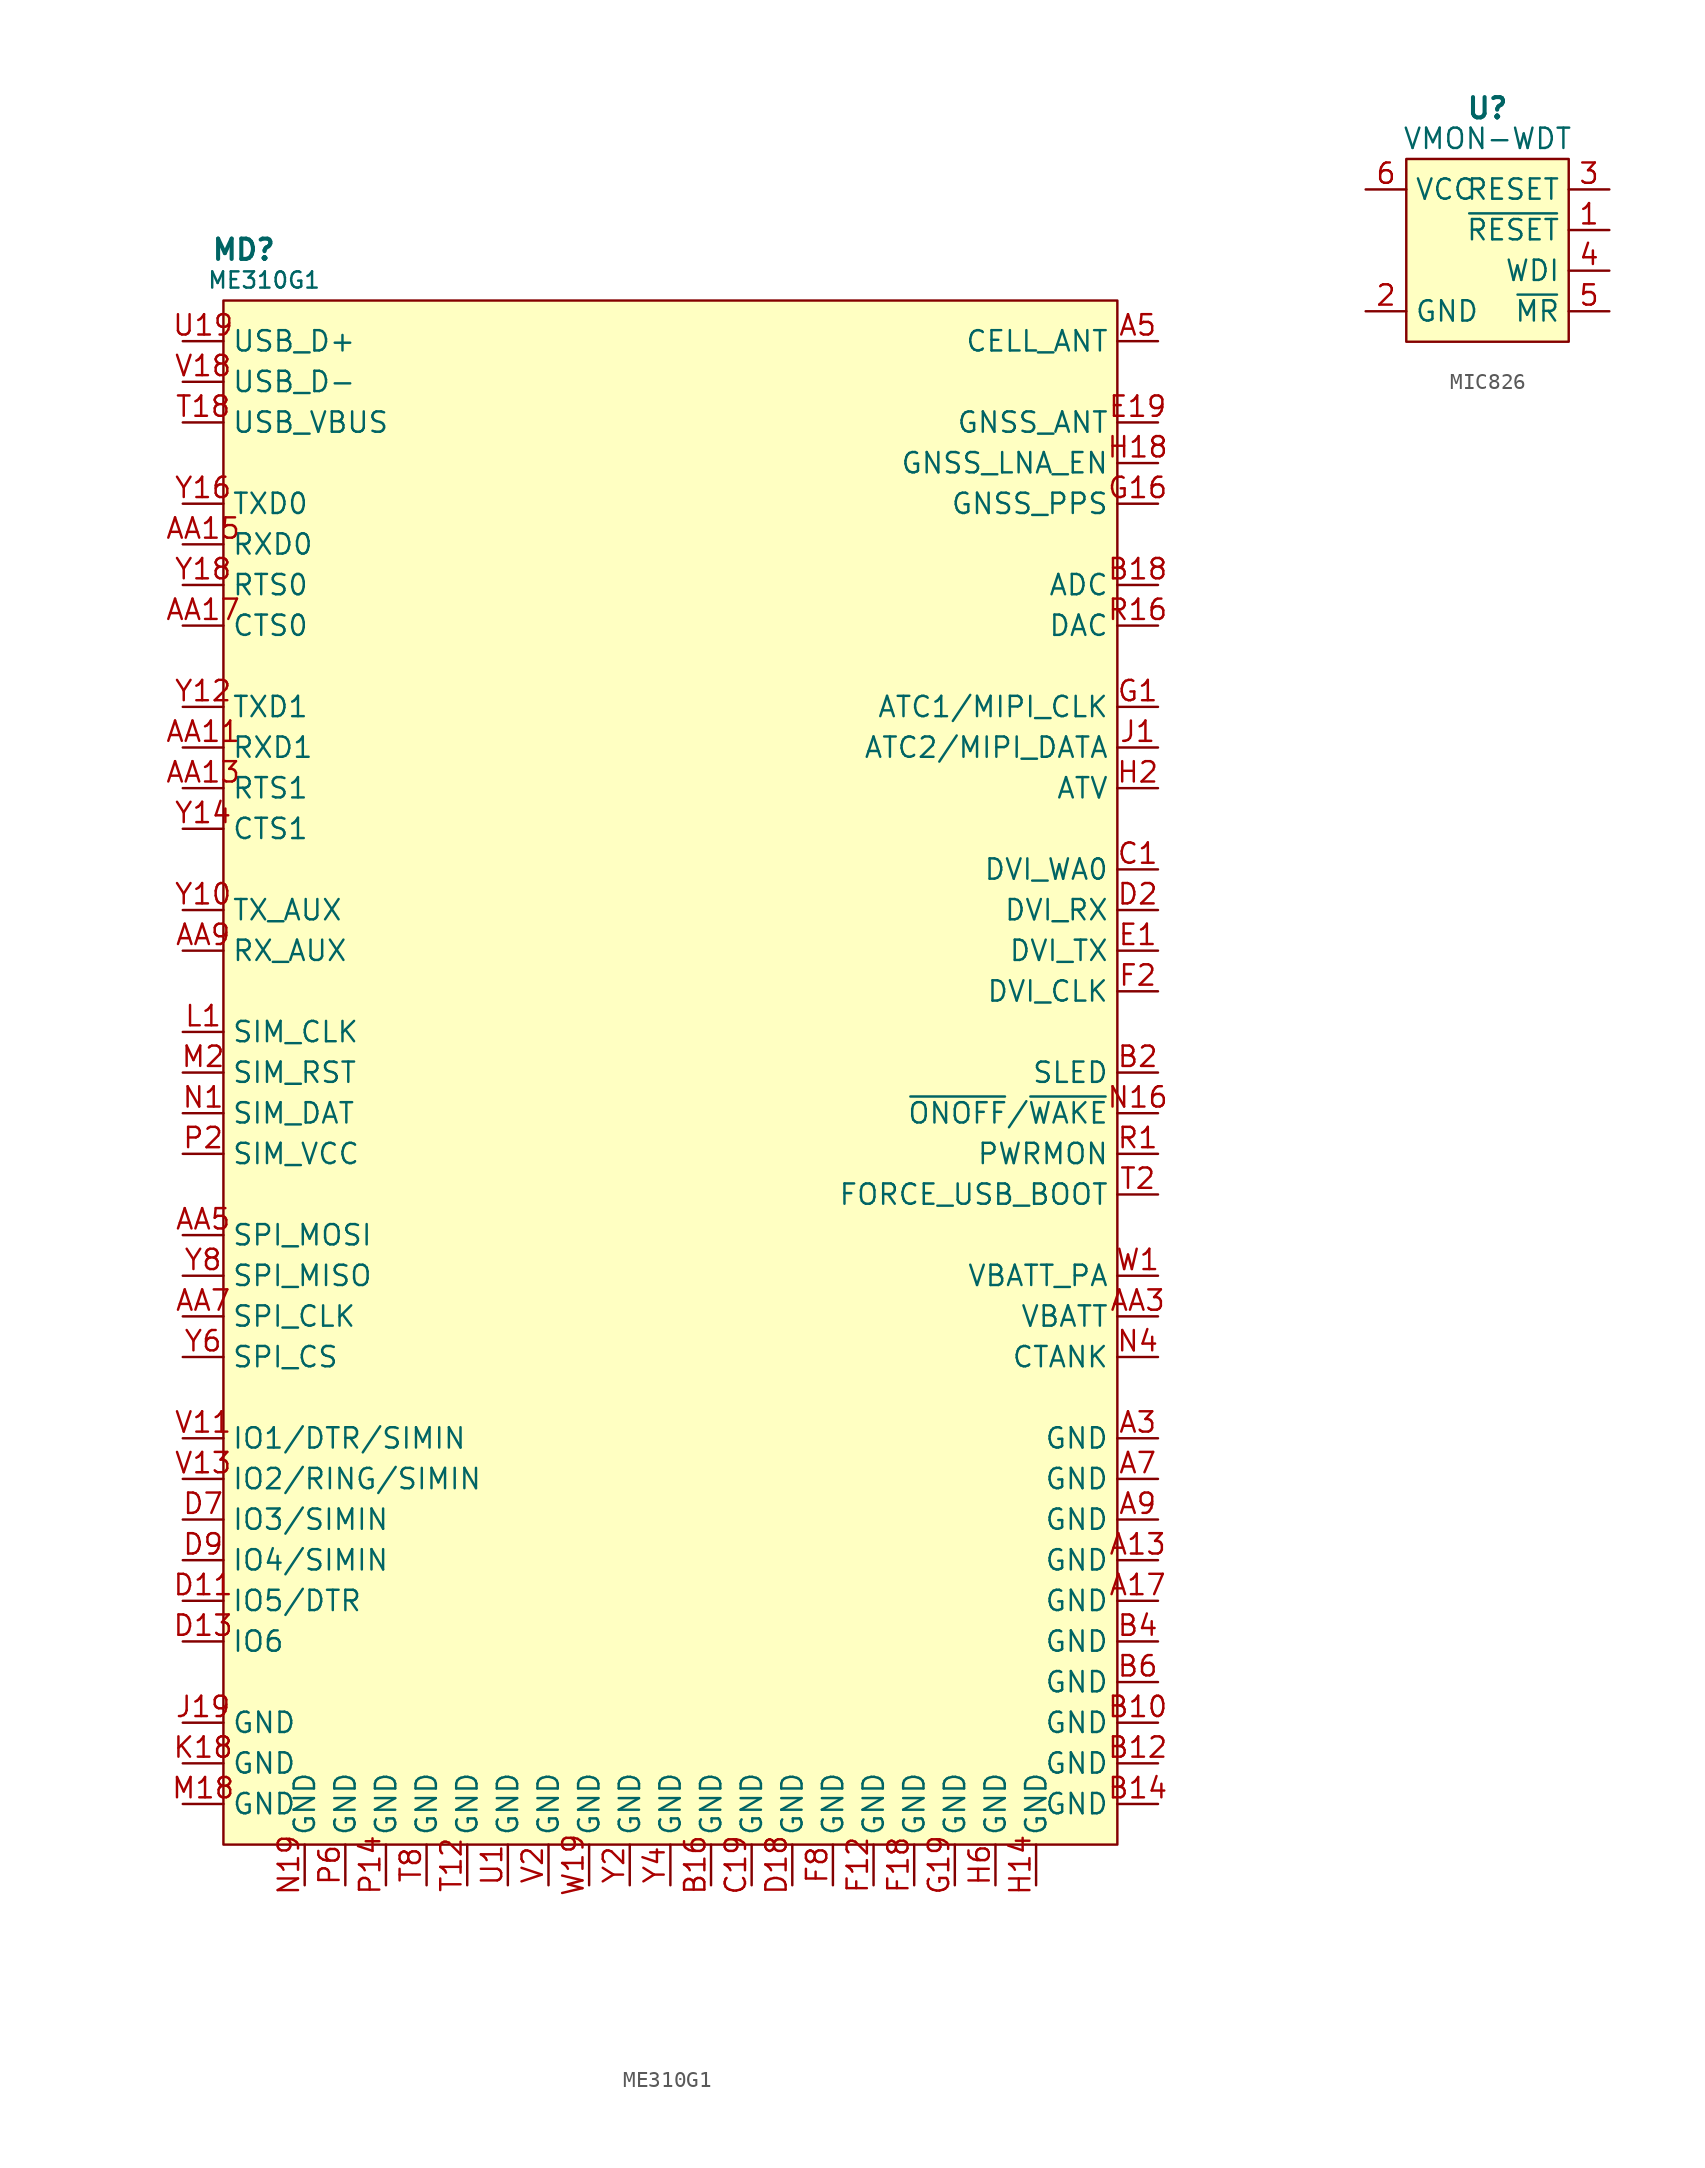
<source format=kicad_sym>
(kicad_symbol_lib
  (version 20231120)
  (generator "kicad_symbol_editor")
  (generator_version "8.0")
  (symbol "ME310G1"
    (property "Reference" "MD"
      (at 3.81 -0.635 0)
      (effects (font (size 1.27 1.27) (bold yes))))
    (property "Value" "ME310G1"
      (at 5.08 -2.54 0)
      (effects (font (size 1.016 1.016))))
    (symbol "ME310G1_1_1"
      (rectangle (start 2.54 -3.81) (end 58.42 -100.33) (stroke (width 0) (type default)) (fill (type background)))
      (pin no_connect line (at 34.29 -1.27 270) (length 2.54) hide (name "RFU" (effects (font (size 1.27 1.27)))) (number "A11" (effects (font (size 1.27 1.27)))))
      (pin passive line (at 60.96 -82.55 180) (length 2.54) (name "GND" (effects (font (size 1.27 1.27)))) (number "A13" (effects (font (size 1.27 1.27)))))
      (pin no_connect line (at 8.89 -1.27 270) (length 2.54) hide (name "RFU" (effects (font (size 1.27 1.27)))) (number "A15" (effects (font (size 1.27 1.27)))))
      (pin passive line (at 60.96 -85.09 180) (length 2.54) (name "GND" (effects (font (size 1.27 1.27)))) (number "A17" (effects (font (size 1.27 1.27)))))
      (pin passive line (at 60.96 -74.93 180) (length 2.54) (name "GND" (effects (font (size 1.27 1.27)))) (number "A3" (effects (font (size 1.27 1.27)))))
      (pin passive line (at 60.96 -6.35 180) (length 2.54) (name "CELL_ANT" (effects (font (size 1.27 1.27)))) (number "A5" (effects (font (size 1.27 1.27)))))
      (pin passive line (at 60.96 -77.47 180) (length 2.54) (name "GND" (effects (font (size 1.27 1.27)))) (number "A7" (effects (font (size 1.27 1.27)))))
      (pin passive line (at 60.96 -80.01 180) (length 2.54) (name "GND" (effects (font (size 1.27 1.27)))) (number "A9" (effects (font (size 1.27 1.27)))))
      (pin output line (at 0 -31.75 0) (length 2.54) (name "RXD1" (effects (font (size 1.27 1.27)))) (number "AA11" (effects (font (size 1.27 1.27)))))
      (pin input line (at 0 -34.29 0) (length 2.54) (name "RTS1" (effects (font (size 1.27 1.27)))) (number "AA13" (effects (font (size 1.27 1.27)))))
      (pin output line (at 0 -19.05 0) (length 2.54) (name "RXD0" (effects (font (size 1.27 1.27)))) (number "AA15" (effects (font (size 1.27 1.27)))))
      (pin output line (at 0 -24.13 0) (length 2.54) (name "CTS0" (effects (font (size 1.27 1.27)))) (number "AA17" (effects (font (size 1.27 1.27)))))
      (pin power_in line (at 60.96 -67.31 180) (length 2.54) (name "VBATT" (effects (font (size 1.27 1.27)))) (number "AA3" (effects (font (size 1.27 1.27)))))
      (pin bidirectional line (at 0 -62.23 0) (length 2.54) (name "SPI_MOSI" (effects (font (size 1.27 1.27)))) (number "AA5" (effects (font (size 1.27 1.27)))))
      (pin bidirectional line (at 0 -67.31 0) (length 2.54) (name "SPI_CLK" (effects (font (size 1.27 1.27)))) (number "AA7" (effects (font (size 1.27 1.27)))))
      (pin input line (at 0 -44.45 0) (length 2.54) (name "RX_AUX" (effects (font (size 1.27 1.27)))) (number "AA9" (effects (font (size 1.27 1.27)))))
      (pin passive line (at 60.96 -92.71 180) (length 2.54) (name "GND" (effects (font (size 1.27 1.27)))) (number "B10" (effects (font (size 1.27 1.27)))))
      (pin passive line (at 60.96 -95.25 180) (length 2.54) (name "GND" (effects (font (size 1.27 1.27)))) (number "B12" (effects (font (size 1.27 1.27)))))
      (pin passive line (at 60.96 -97.79 180) (length 2.54) (name "GND" (effects (font (size 1.27 1.27)))) (number "B14" (effects (font (size 1.27 1.27)))))
      (pin passive line (at 33.02 -102.87 90) (length 2.54) (name "GND" (effects (font (size 1.27 1.27)))) (number "B16" (effects (font (size 1.27 1.27)))))
      (pin input line (at 60.96 -21.59 180) (length 2.54) (name "ADC" (effects (font (size 1.27 1.27)))) (number "B18" (effects (font (size 1.27 1.27)))))
      (pin output line (at 60.96 -52.07 180) (length 2.54) (name "SLED" (effects (font (size 1.27 1.27)))) (number "B2" (effects (font (size 1.27 1.27)))))
      (pin passive line (at 60.96 -87.63 180) (length 2.54) (name "GND" (effects (font (size 1.27 1.27)))) (number "B4" (effects (font (size 1.27 1.27)))))
      (pin passive line (at 60.96 -90.17 180) (length 2.54) (name "GND" (effects (font (size 1.27 1.27)))) (number "B6" (effects (font (size 1.27 1.27)))))
      (pin no_connect line (at 11.43 -1.27 270) (length 2.54) hide (name "RFU" (effects (font (size 1.27 1.27)))) (number "B8" (effects (font (size 1.27 1.27)))))
      (pin bidirectional line (at 60.96 -39.37 180) (length 2.54) (name "DVI_WA0" (effects (font (size 1.27 1.27)))) (number "C1" (effects (font (size 1.27 1.27)))))
      (pin passive line (at 35.56 -102.87 90) (length 2.54) (name "GND" (effects (font (size 1.27 1.27)))) (number "C19" (effects (font (size 1.27 1.27)))))
      (pin bidirectional line (at 0 -85.09 0) (length 2.54) (name "IO5/DTR" (effects (font (size 1.27 1.27)))) (number "D11" (effects (font (size 1.27 1.27)))))
      (pin bidirectional line (at 0 -87.63 0) (length 2.54) (name "IO6" (effects (font (size 1.27 1.27)))) (number "D13" (effects (font (size 1.27 1.27)))))
      (pin passive line (at 38.1 -102.87 90) (length 2.54) (name "GND" (effects (font (size 1.27 1.27)))) (number "D18" (effects (font (size 1.27 1.27)))))
      (pin output line (at 60.96 -41.91 180) (length 2.54) (name "DVI_RX" (effects (font (size 1.27 1.27)))) (number "D2" (effects (font (size 1.27 1.27)))))
      (pin bidirectional line (at 0 -80.01 0) (length 2.54) (name "IO3/SIMIN" (effects (font (size 1.27 1.27)))) (number "D7" (effects (font (size 1.27 1.27)))))
      (pin bidirectional line (at 0 -82.55 0) (length 2.54) (name "IO4/SIMIN" (effects (font (size 1.27 1.27)))) (number "D9" (effects (font (size 1.27 1.27)))))
      (pin input line (at 60.96 -44.45 180) (length 2.54) (name "DVI_TX" (effects (font (size 1.27 1.27)))) (number "E1" (effects (font (size 1.27 1.27)))))
      (pin passive line (at 60.96 -11.43 180) (length 2.54) (name "GNSS_ANT" (effects (font (size 1.27 1.27)))) (number "E19" (effects (font (size 1.27 1.27)))))
      (pin passive line (at 43.18 -102.87 90) (length 2.54) (name "GND" (effects (font (size 1.27 1.27)))) (number "F12" (effects (font (size 1.27 1.27)))))
      (pin passive line (at 45.72 -102.87 90) (length 2.54) (name "GND" (effects (font (size 1.27 1.27)))) (number "F18" (effects (font (size 1.27 1.27)))))
      (pin bidirectional line (at 60.96 -46.99 180) (length 2.54) (name "DVI_CLK" (effects (font (size 1.27 1.27)))) (number "F2" (effects (font (size 1.27 1.27)))))
      (pin passive line (at 40.64 -102.87 90) (length 2.54) (name "GND" (effects (font (size 1.27 1.27)))) (number "F8" (effects (font (size 1.27 1.27)))))
      (pin output line (at 60.96 -29.21 180) (length 2.54) (name "ATC1/MIPI_CLK" (effects (font (size 1.27 1.27)))) (number "G1" (effects (font (size 1.27 1.27)))))
      (pin no_connect line (at 52.07 -1.27 270) (length 2.54) hide (name "RFU" (effects (font (size 1.27 1.27)))) (number "G1" (effects (font (size 1.27 1.27)))))
      (pin output line (at 60.96 -16.51 180) (length 2.54) (name "GNSS_PPS" (effects (font (size 1.27 1.27)))) (number "G16" (effects (font (size 1.27 1.27)))))
      (pin passive line (at 48.26 -102.87 90) (length 2.54) (name "GND" (effects (font (size 1.27 1.27)))) (number "G19" (effects (font (size 1.27 1.27)))))
      (pin no_connect line (at 39.37 -1.27 270) (length 2.54) hide (name "RFU" (effects (font (size 1.27 1.27)))) (number "G4" (effects (font (size 1.27 1.27)))))
      (pin passive line (at 53.34 -102.87 90) (length 2.54) (name "GND" (effects (font (size 1.27 1.27)))) (number "H14" (effects (font (size 1.27 1.27)))))
      (pin output line (at 60.96 -13.97 180) (length 2.54) (name "GNSS_LNA_EN" (effects (font (size 1.27 1.27)))) (number "H18" (effects (font (size 1.27 1.27)))))
      (pin output line (at 60.96 -34.29 180) (length 2.54) (name "ATV" (effects (font (size 1.27 1.27)))) (number "H2" (effects (font (size 1.27 1.27)))))
      (pin no_connect line (at 49.53 -1.27 270) (length 2.54) hide (name "RFU" (effects (font (size 1.27 1.27)))) (number "H2" (effects (font (size 1.27 1.27)))))
      (pin passive line (at 50.8 -102.87 90) (length 2.54) (name "GND" (effects (font (size 1.27 1.27)))) (number "H6" (effects (font (size 1.27 1.27)))))
      (pin output line (at 60.96 -31.75 180) (length 2.54) (name "ATC2/MIPI_DATA" (effects (font (size 1.27 1.27)))) (number "J1" (effects (font (size 1.27 1.27)))))
      (pin no_connect line (at 46.99 -1.27 270) (length 2.54) hide (name "RFU" (effects (font (size 1.27 1.27)))) (number "J1" (effects (font (size 1.27 1.27)))))
      (pin no_connect line (at 16.51 -1.27 270) (length 2.54) hide (name "RFU" (effects (font (size 1.27 1.27)))) (number "J16" (effects (font (size 1.27 1.27)))))
      (pin passive line (at 0 -92.71 0) (length 2.54) (name "GND" (effects (font (size 1.27 1.27)))) (number "J19" (effects (font (size 1.27 1.27)))))
      (pin no_connect line (at 41.91 -1.27 270) (length 2.54) hide (name "RFU" (effects (font (size 1.27 1.27)))) (number "J4" (effects (font (size 1.27 1.27)))))
      (pin passive line (at 0 -95.25 0) (length 2.54) (name "GND" (effects (font (size 1.27 1.27)))) (number "K18" (effects (font (size 1.27 1.27)))))
      (pin no_connect line (at 44.45 -1.27 270) (length 2.54) hide (name "RFU" (effects (font (size 1.27 1.27)))) (number "K2" (effects (font (size 1.27 1.27)))))
      (pin output line (at 0 -49.53 0) (length 2.54) (name "SIM_CLK" (effects (font (size 1.27 1.27)))) (number "L1" (effects (font (size 1.27 1.27)))))
      (pin no_connect line (at 21.59 -1.27 270) (length 2.54) hide (name "RFU" (effects (font (size 1.27 1.27)))) (number "L16" (effects (font (size 1.27 1.27)))))
      (pin no_connect line (at 36.83 -1.27 270) (length 2.54) hide (name "RFU" (effects (font (size 1.27 1.27)))) (number "L19" (effects (font (size 1.27 1.27)))))
      (pin no_connect line (at 29.21 -1.27 270) (length 2.54) hide (name "RFU" (effects (font (size 1.27 1.27)))) (number "L4" (effects (font (size 1.27 1.27)))))
      (pin passive line (at 0 -97.79 0) (length 2.54) (name "GND" (effects (font (size 1.27 1.27)))) (number "M18" (effects (font (size 1.27 1.27)))))
      (pin output line (at 0 -52.07 0) (length 2.54) (name "SIM_RST" (effects (font (size 1.27 1.27)))) (number "M2" (effects (font (size 1.27 1.27)))))
      (pin bidirectional line (at 0 -54.61 0) (length 2.54) (name "SIM_DAT" (effects (font (size 1.27 1.27)))) (number "N1" (effects (font (size 1.27 1.27)))))
      (pin input line (at 60.96 -54.61 180) (length 2.54) (name "~{ONOFF}/~{WAKE}" (effects (font (size 1.27 1.27)))) (number "N16" (effects (font (size 1.27 1.27)))))
      (pin passive line (at 7.62 -102.87 90) (length 2.54) (name "GND" (effects (font (size 1.27 1.27)))) (number "N19" (effects (font (size 1.27 1.27)))))
      (pin passive line (at 60.96 -69.85 180) (length 2.54) (name "CTANK" (effects (font (size 1.27 1.27)))) (number "N4" (effects (font (size 1.27 1.27)))))
      (pin passive line (at 12.7 -102.87 90) (length 2.54) (name "GND" (effects (font (size 1.27 1.27)))) (number "P14" (effects (font (size 1.27 1.27)))))
      (pin no_connect line (at 19.05 -1.27 270) (length 2.54) hide (name "RFU" (effects (font (size 1.27 1.27)))) (number "P18" (effects (font (size 1.27 1.27)))))
      (pin power_out line (at 0 -57.15 0) (length 2.54) (name "SIM_VCC" (effects (font (size 1.27 1.27)))) (number "P2" (effects (font (size 1.27 1.27)))))
      (pin passive line (at 10.16 -102.87 90) (length 2.54) (name "GND" (effects (font (size 1.27 1.27)))) (number "P6" (effects (font (size 1.27 1.27)))))
      (pin output line (at 60.96 -57.15 180) (length 2.54) (name "PWRMON" (effects (font (size 1.27 1.27)))) (number "R1" (effects (font (size 1.27 1.27)))))
      (pin output line (at 60.96 -24.13 180) (length 2.54) (name "DAC" (effects (font (size 1.27 1.27)))) (number "R16" (effects (font (size 1.27 1.27)))))
      (pin no_connect line (at 13.97 -1.27 270) (length 2.54) hide (name "RFU" (effects (font (size 1.27 1.27)))) (number "R19" (effects (font (size 1.27 1.27)))))
      (pin no_connect line (at 31.75 -1.27 270) (length 2.54) hide (name "RFU" (effects (font (size 1.27 1.27)))) (number "R4" (effects (font (size 1.27 1.27)))))
      (pin passive line (at 17.78 -102.87 90) (length 2.54) (name "GND" (effects (font (size 1.27 1.27)))) (number "T12" (effects (font (size 1.27 1.27)))))
      (pin input line (at 0 -11.43 0) (length 2.54) (name "USB_VBUS" (effects (font (size 1.27 1.27)))) (number "T18" (effects (font (size 1.27 1.27)))))
      (pin input line (at 60.96 -59.69 180) (length 2.54) (name "FORCE_USB_BOOT" (effects (font (size 1.27 1.27)))) (number "T2" (effects (font (size 1.27 1.27)))))
      (pin passive line (at 15.24 -102.87 90) (length 2.54) (name "GND" (effects (font (size 1.27 1.27)))) (number "T8" (effects (font (size 1.27 1.27)))))
      (pin passive line (at 20.32 -102.87 90) (length 2.54) (name "GND" (effects (font (size 1.27 1.27)))) (number "U1" (effects (font (size 1.27 1.27)))))
      (pin bidirectional line (at 0 -6.35 0) (length 2.54) (name "USB_D+" (effects (font (size 1.27 1.27)))) (number "U19" (effects (font (size 1.27 1.27)))))
      (pin bidirectional line (at 0 -74.93 0) (length 2.54) (name "IO1/DTR/SIMIN" (effects (font (size 1.27 1.27)))) (number "V11" (effects (font (size 1.27 1.27)))))
      (pin bidirectional line (at 0 -77.47 0) (length 2.54) (name "IO2/RING/SIMIN" (effects (font (size 1.27 1.27)))) (number "V13" (effects (font (size 1.27 1.27)))))
      (pin bidirectional line (at 0 -8.89 0) (length 2.54) (name "USB_D-" (effects (font (size 1.27 1.27)))) (number "V18" (effects (font (size 1.27 1.27)))))
      (pin passive line (at 22.86 -102.87 90) (length 2.54) (name "GND" (effects (font (size 1.27 1.27)))) (number "V2" (effects (font (size 1.27 1.27)))))
      (pin no_connect line (at 26.67 -1.27 270) (length 2.54) hide (name "RFU" (effects (font (size 1.27 1.27)))) (number "V7" (effects (font (size 1.27 1.27)))))
      (pin no_connect line (at 24.13 -1.27 270) (length 2.54) hide (name "RFU" (effects (font (size 1.27 1.27)))) (number "V9" (effects (font (size 1.27 1.27)))))
      (pin power_in line (at 60.96 -64.77 180) (length 2.54) (name "VBATT_PA" (effects (font (size 1.27 1.27)))) (number "W1" (effects (font (size 1.27 1.27)))))
      (pin passive line (at 25.4 -102.87 90) (length 2.54) (name "GND" (effects (font (size 1.27 1.27)))) (number "W19" (effects (font (size 1.27 1.27)))))
      (pin output line (at 0 -41.91 0) (length 2.54) (name "TX_AUX" (effects (font (size 1.27 1.27)))) (number "Y10" (effects (font (size 1.27 1.27)))))
      (pin input line (at 0 -29.21 0) (length 2.54) (name "TXD1" (effects (font (size 1.27 1.27)))) (number "Y12" (effects (font (size 1.27 1.27)))))
      (pin output line (at 0 -36.83 0) (length 2.54) (name "CTS1" (effects (font (size 1.27 1.27)))) (number "Y14" (effects (font (size 1.27 1.27)))))
      (pin input line (at 0 -16.51 0) (length 2.54) (name "TXD0" (effects (font (size 1.27 1.27)))) (number "Y16" (effects (font (size 1.27 1.27)))))
      (pin input line (at 0 -21.59 0) (length 2.54) (name "RTS0" (effects (font (size 1.27 1.27)))) (number "Y18" (effects (font (size 1.27 1.27)))))
      (pin passive line (at 27.94 -102.87 90) (length 2.54) (name "GND" (effects (font (size 1.27 1.27)))) (number "Y2" (effects (font (size 1.27 1.27)))))
      (pin passive line (at 30.48 -102.87 90) (length 2.54) (name "GND" (effects (font (size 1.27 1.27)))) (number "Y4" (effects (font (size 1.27 1.27)))))
      (pin bidirectional line (at 0 -69.85 0) (length 2.54) (name "SPI_CS" (effects (font (size 1.27 1.27)))) (number "Y6" (effects (font (size 1.27 1.27)))))
      (pin bidirectional line (at 0 -64.77 0) (length 2.54) (name "SPI_MISO" (effects (font (size 1.27 1.27)))) (number "Y8" (effects (font (size 1.27 1.27)))))))
  (symbol "MIC826"
    (property "Reference" "U"
      (at 0 0 0)
      (effects (font (size 1.27 1.27) (bold yes))))
    (property "Value" "VMON-WDT"
      (at 0 -1.905 0)
      (effects (font (size 1.27 1.27))))
    (symbol "MIC826_1_1"
      (rectangle (start -5.08 -3.175) (end 5.08 -14.605) (stroke (width 0) (type default)) (fill (type background)))
      (pin output line (at 7.62 -7.62 180) (length 2.54) (name "~{RESET}" (effects (font (size 1.27 1.27)))) (number "1" (effects (font (size 1.27 1.27)))))
      (pin passive line (at -7.62 -12.7 0) (length 2.54) (name "GND" (effects (font (size 1.27 1.27)))) (number "2" (effects (font (size 1.27 1.27)))))
      (pin output line (at 7.62 -5.08 180) (length 2.54) (name "RESET" (effects (font (size 1.27 1.27)))) (number "3" (effects (font (size 1.27 1.27)))))
      (pin input line (at 7.62 -10.16 180) (length 2.54) (name "WDI" (effects (font (size 1.27 1.27)))) (number "4" (effects (font (size 1.27 1.27)))))
      (pin input line (at 7.62 -12.7 180) (length 2.54) (name "~{MR}" (effects (font (size 1.27 1.27)))) (number "5" (effects (font (size 1.27 1.27)))))
      (pin power_in line (at -7.62 -5.08 0) (length 2.54) (name "VCC" (effects (font (size 1.27 1.27)))) (number "6" (effects (font (size 1.27 1.27))))))))
</source>
